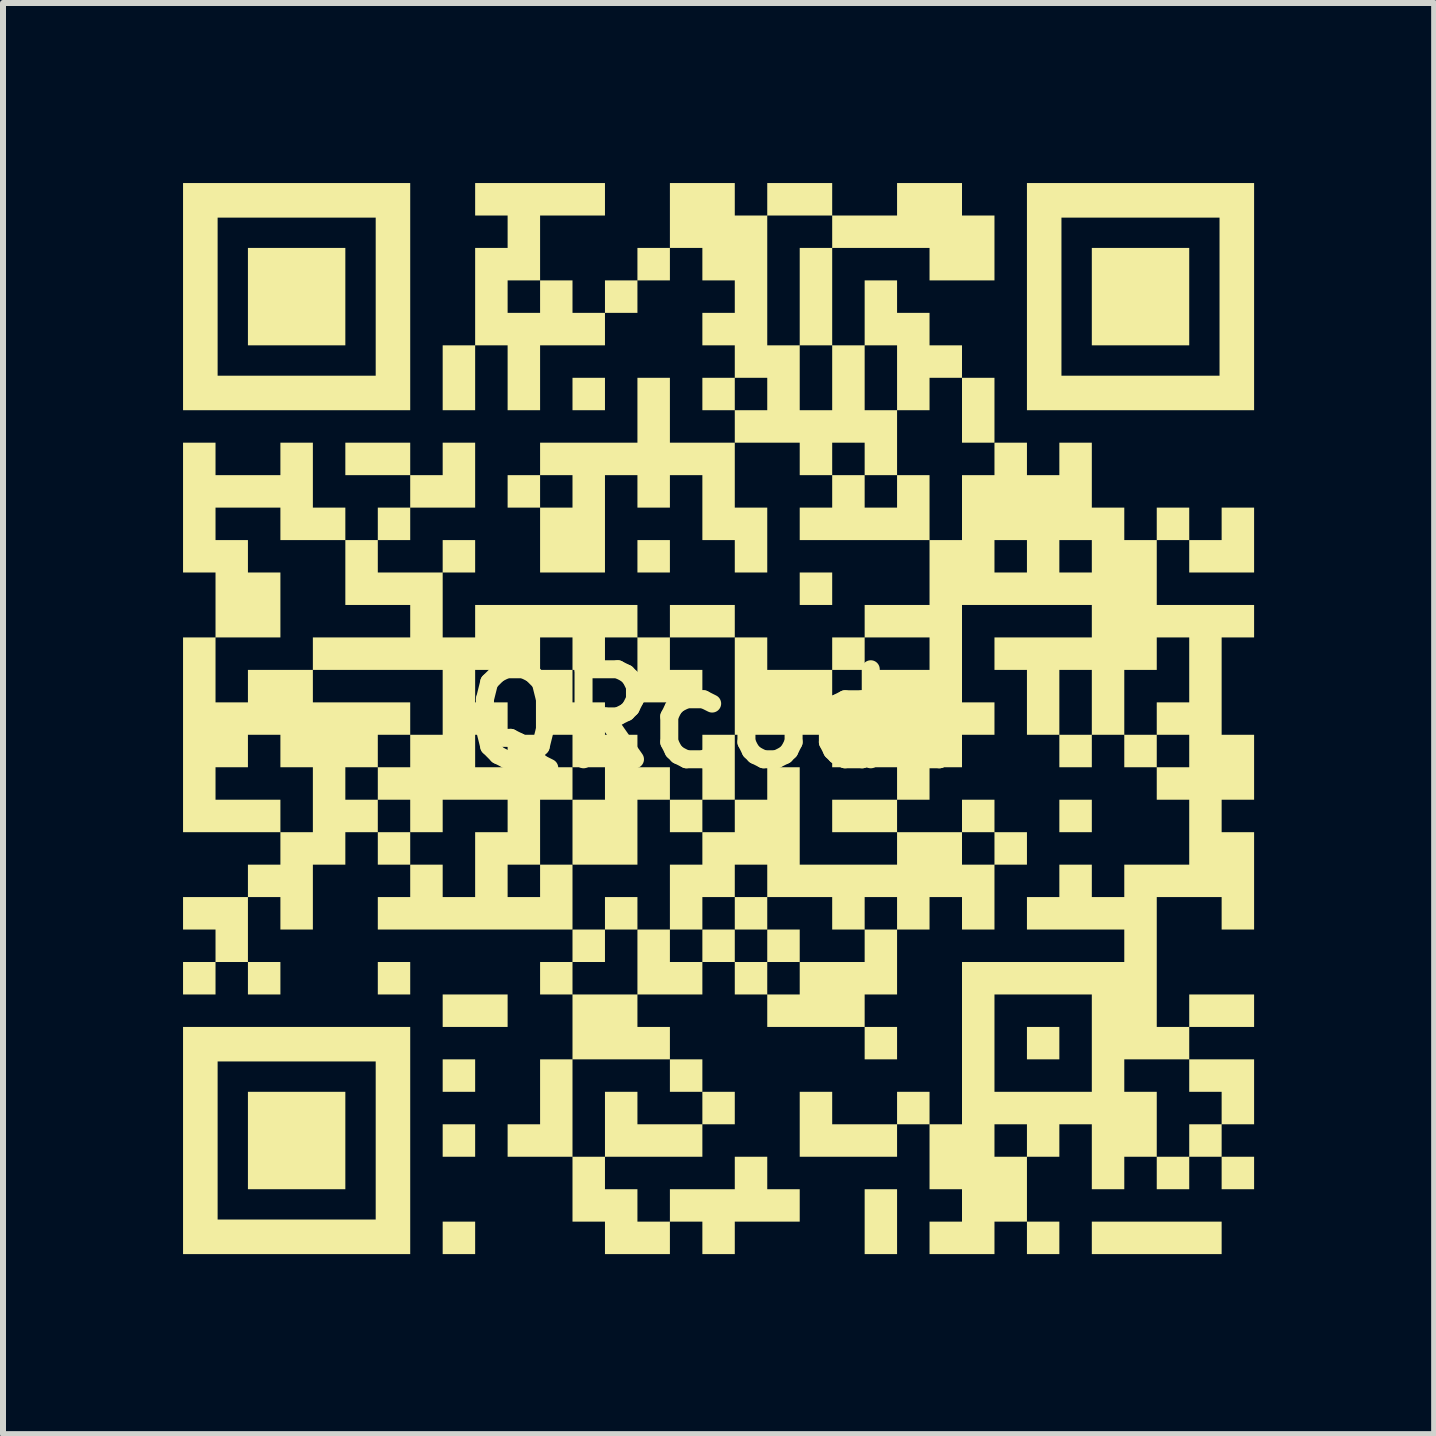
<source format=kicad_pcb>
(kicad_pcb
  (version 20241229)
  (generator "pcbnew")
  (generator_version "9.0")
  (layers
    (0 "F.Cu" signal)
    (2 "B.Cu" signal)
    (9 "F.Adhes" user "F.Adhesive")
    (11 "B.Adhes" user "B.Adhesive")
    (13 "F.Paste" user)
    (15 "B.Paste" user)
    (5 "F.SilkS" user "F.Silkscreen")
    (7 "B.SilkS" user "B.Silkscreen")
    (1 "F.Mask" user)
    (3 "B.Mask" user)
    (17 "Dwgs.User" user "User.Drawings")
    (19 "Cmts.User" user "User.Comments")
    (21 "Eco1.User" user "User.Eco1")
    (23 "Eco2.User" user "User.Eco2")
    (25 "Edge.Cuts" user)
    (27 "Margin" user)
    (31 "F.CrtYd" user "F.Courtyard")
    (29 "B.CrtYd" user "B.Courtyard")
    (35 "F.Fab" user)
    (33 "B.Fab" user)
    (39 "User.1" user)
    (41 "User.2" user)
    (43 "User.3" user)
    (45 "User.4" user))
  (footprint "QRcode"
    (layer "F.Cu")
    (at 8.923 8.923)
    (property "Reference" "QRcode" (at 0 0 0) (layer "F.SilkS") (effects (font (size 1.5 1.5) (thickness 0.3))))
    (attr board_only exclude_from_pos_files exclude_from_bom)
    (fp_poly (pts (xy -7.301 4.326) (xy -7.301 4.597) (xy -7.571 4.597) (xy -7.842 4.597) (xy -7.842 4.326) (xy -7.842 4.056) (xy -7.571 4.056) (xy -7.301 4.056)) (stroke (width 0) (type solid)) (fill yes) (layer "F.SilkS"))
    (fp_poly (pts (xy -6.219 -7.03) (xy -6.219 -6.219) (xy -7.03 -6.219) (xy -7.842 -6.219) (xy -7.842 -7.03) (xy -7.842 -7.842) (xy -7.03 -7.842) (xy -6.219 -7.842)) (stroke (width 0) (type solid)) (fill yes) (layer "F.SilkS"))
    (fp_poly (pts (xy -6.219 7.03) (xy -6.219 7.842) (xy -7.03 7.842) (xy -7.842 7.842) (xy -7.842 7.03) (xy -7.842 6.219) (xy -7.03 6.219) (xy -6.219 6.219)) (stroke (width 0) (type solid)) (fill yes) (layer "F.SilkS"))
    (fp_poly (pts (xy -5.138 2.163) (xy -5.138 2.434) (xy -5.408 2.434) (xy -5.678 2.434) (xy -5.678 2.163) (xy -5.678 1.893) (xy -5.408 1.893) (xy -5.138 1.893)) (stroke (width 0) (type solid)) (fill yes) (layer "F.SilkS"))
    (fp_poly (pts (xy -5.138 4.326) (xy -5.138 4.597) (xy -5.408 4.597) (xy -5.678 4.597) (xy -5.678 4.326) (xy -5.678 4.056) (xy -5.408 4.056) (xy -5.138 4.056)) (stroke (width 0) (type solid)) (fill yes) (layer "F.SilkS"))
    (fp_poly (pts (xy -4.056 5.949) (xy -4.056 6.219) (xy -4.326 6.219) (xy -4.597 6.219) (xy -4.597 5.949) (xy -4.597 5.678) (xy -4.326 5.678) (xy -4.056 5.678)) (stroke (width 0) (type solid)) (fill yes) (layer "F.SilkS"))
    (fp_poly (pts (xy -4.056 7.03) (xy -4.056 7.301) (xy -4.326 7.301) (xy -4.597 7.301) (xy -4.597 7.03) (xy -4.597 6.76) (xy -4.326 6.76) (xy -4.056 6.76)) (stroke (width 0) (type solid)) (fill yes) (layer "F.SilkS"))
    (fp_poly (pts (xy -4.056 8.653) (xy -4.056 8.923) (xy -4.326 8.923) (xy -4.597 8.923) (xy -4.597 8.653) (xy -4.597 8.382) (xy -4.326 8.382) (xy -4.056 8.382)) (stroke (width 0) (type solid)) (fill yes) (layer "F.SilkS"))
    (fp_poly (pts (xy -3.515 4.867) (xy -3.515 5.138) (xy -4.056 5.138) (xy -4.597 5.138) (xy -4.597 4.867) (xy -4.597 4.597) (xy -4.056 4.597) (xy -3.515 4.597)) (stroke (width 0) (type solid)) (fill yes) (layer "F.SilkS"))
    (fp_poly (pts (xy -1.893 -5.408) (xy -1.893 -5.138) (xy -2.163 -5.138) (xy -2.434 -5.138) (xy -2.434 -5.408) (xy -2.434 -5.678) (xy -2.163 -5.678) (xy -1.893 -5.678)) (stroke (width 0) (type solid)) (fill yes) (layer "F.SilkS"))
    (fp_poly (pts (xy -1.352 3.245) (xy -1.352 3.515) (xy -1.622 3.515) (xy -1.893 3.515) (xy -1.893 3.245) (xy -1.893 2.974) (xy -1.622 2.974) (xy -1.352 2.974)) (stroke (width 0) (type solid)) (fill yes) (layer "F.SilkS"))
    (fp_poly (pts (xy -0.811 -2.704) (xy -0.811 -2.434) (xy -1.082 -2.434) (xy -1.352 -2.434) (xy -1.352 -2.704) (xy -1.352 -2.974) (xy -1.082 -2.974) (xy -0.811 -2.974)) (stroke (width 0) (type solid)) (fill yes) (layer "F.SilkS"))
    (fp_poly (pts (xy -0.27 5.949) (xy -0.27 6.219) (xy -0.541 6.219) (xy -0.811 6.219) (xy -0.811 5.949) (xy -0.811 5.678) (xy -0.541 5.678) (xy -0.27 5.678)) (stroke (width 0) (type solid)) (fill yes) (layer "F.SilkS"))
    (fp_poly (pts (xy 0.811 3.245) (xy 0.811 3.515) (xy 0.541 3.515) (xy 0.27 3.515) (xy 0.27 3.245) (xy 0.27 2.974) (xy 0.541 2.974) (xy 0.811 2.974)) (stroke (width 0) (type solid)) (fill yes) (layer "F.SilkS"))
    (fp_poly (pts (xy 1.352 3.786) (xy 1.352 4.056) (xy 1.082 4.056) (xy 0.811 4.056) (xy 0.811 3.786) (xy 0.811 3.515) (xy 1.082 3.515) (xy 1.352 3.515)) (stroke (width 0) (type solid)) (fill yes) (layer "F.SilkS"))
    (fp_poly (pts (xy 1.893 -2.163) (xy 1.893 -1.893) (xy 1.622 -1.893) (xy 1.352 -1.893) (xy 1.352 -2.163) (xy 1.352 -2.434) (xy 1.622 -2.434) (xy 1.893 -2.434)) (stroke (width 0) (type solid)) (fill yes) (layer "F.SilkS"))
    (fp_poly (pts (xy 2.974 5.408) (xy 2.974 5.678) (xy 2.704 5.678) (xy 2.434 5.678) (xy 2.434 5.408) (xy 2.434 5.138) (xy 2.704 5.138) (xy 2.974 5.138)) (stroke (width 0) (type solid)) (fill yes) (layer "F.SilkS"))
    (fp_poly (pts (xy 2.974 8.382) (xy 2.974 8.923) (xy 2.704 8.923) (xy 2.434 8.923) (xy 2.434 8.382) (xy 2.434 7.842) (xy 2.704 7.842) (xy 2.974 7.842)) (stroke (width 0) (type solid)) (fill yes) (layer "F.SilkS"))
    (fp_poly (pts (xy 4.597 -5.138) (xy 4.597 -4.597) (xy 4.326 -4.597) (xy 4.056 -4.597) (xy 4.056 -5.138) (xy 4.056 -5.678) (xy 4.326 -5.678) (xy 4.597 -5.678)) (stroke (width 0) (type solid)) (fill yes) (layer "F.SilkS"))
    (fp_poly (pts (xy 5.678 5.408) (xy 5.678 5.678) (xy 5.408 5.678) (xy 5.138 5.678) (xy 5.138 5.408) (xy 5.138 5.138) (xy 5.408 5.138) (xy 5.678 5.138)) (stroke (width 0) (type solid)) (fill yes) (layer "F.SilkS"))
    (fp_poly (pts (xy 5.678 8.653) (xy 5.678 8.923) (xy 5.408 8.923) (xy 5.138 8.923) (xy 5.138 8.653) (xy 5.138 8.382) (xy 5.408 8.382) (xy 5.678 8.382)) (stroke (width 0) (type solid)) (fill yes) (layer "F.SilkS"))
    (fp_poly (pts (xy 6.219 1.622) (xy 6.219 1.893) (xy 5.949 1.893) (xy 5.678 1.893) (xy 5.678 1.622) (xy 5.678 1.352) (xy 5.949 1.352) (xy 6.219 1.352)) (stroke (width 0) (type solid)) (fill yes) (layer "F.SilkS"))
    (fp_poly (pts (xy 7.842 -7.03) (xy 7.842 -6.219) (xy 7.03 -6.219) (xy 6.219 -6.219) (xy 6.219 -7.03) (xy 6.219 -7.842) (xy 7.03 -7.842) (xy 7.842 -7.842)) (stroke (width 0) (type solid)) (fill yes) (layer "F.SilkS"))
    (fp_poly (pts (xy 8.382 8.653) (xy 8.382 8.923) (xy 7.301 8.923) (xy 6.219 8.923) (xy 6.219 8.653) (xy 6.219 8.382) (xy 7.301 8.382) (xy 8.382 8.382)) (stroke (width 0) (type solid)) (fill yes) (layer "F.SilkS"))
    (fp_poly (pts (xy 8.923 7.571) (xy 8.923 7.842) (xy 8.653 7.842) (xy 8.382 7.842) (xy 8.382 7.571) (xy 8.382 7.301) (xy 8.653 7.301) (xy 8.923 7.301)) (stroke (width 0) (type solid)) (fill yes) (layer "F.SilkS"))
    (fp_poly (pts (xy -5.138 -7.03) (xy -5.138 -5.138) (xy -7.03 -5.138) (xy -8.923 -5.138) (xy -8.923 -7.03) (xy -8.347 -7.03) (xy -8.347 -5.713) (xy -7.03 -5.713) (xy -5.713 -5.713) (xy -5.713 -7.03) (xy -5.713 -8.347) (xy -7.03 -8.347) (xy -8.347 -8.347) (xy -8.347 -7.03) (xy -8.923 -7.03) (xy -8.923 -8.923) (xy -7.03 -8.923) (xy -5.138 -8.923)) (stroke (width 0) (type solid)) (fill yes) (layer "F.SilkS"))
    (fp_poly (pts (xy -5.138 7.03) (xy -5.138 8.923) (xy -7.03 8.923) (xy -8.923 8.923) (xy -8.923 7.03) (xy -8.347 7.03) (xy -8.347 8.347) (xy -7.03 8.347) (xy -5.713 8.347) (xy -5.713 7.03) (xy -5.713 5.713) (xy -7.03 5.713) (xy -8.347 5.713) (xy -8.347 7.03) (xy -8.923 7.03) (xy -8.923 5.138) (xy -7.03 5.138) (xy -5.138 5.138)) (stroke (width 0) (type solid)) (fill yes) (layer "F.SilkS"))
    (fp_poly (pts (xy 8.923 -7.03) (xy 8.923 -5.138) (xy 7.03 -5.138) (xy 5.138 -5.138) (xy 5.138 -7.03) (xy 5.713 -7.03) (xy 5.713 -5.713) (xy 7.03 -5.713) (xy 8.347 -5.713) (xy 8.347 -7.03) (xy 8.347 -8.347) (xy 7.03 -8.347) (xy 5.713 -8.347) (xy 5.713 -7.03) (xy 5.138 -7.03) (xy 5.138 -8.923) (xy 7.03 -8.923) (xy 8.923 -8.923)) (stroke (width 0) (type solid)) (fill yes) (layer "F.SilkS"))
    (fp_poly (pts (xy -2.434 -0.541) (xy -2.434 -0.27) (xy -2.163 -0.27) (xy -1.893 -0.27) (xy -1.893 0) (xy -1.893 0.27) (xy -1.622 0.27) (xy -1.352 0.27) (xy -1.352 0.541) (xy -1.352 0.811) (xy -1.082 0.811) (xy -0.811 0.811) (xy -0.811 1.082) (xy -0.811 1.352) (xy -0.541 1.352) (xy -0.27 1.352) (xy -0.27 0.811) (xy -0.27 0.27) (xy 0 0.27) (xy 0.27 0.27) (xy 0.27 0.811) (xy 0.27 1.352) (xy 0 1.352) (xy -0.27 1.352) (xy -0.27 1.622) (xy -0.27 1.893) (xy -0.541 1.893) (xy -0.811 1.893) (xy -0.811 1.622) (xy -0.811 1.352) (xy -1.082 1.352) (xy -1.352 1.352) (xy -1.352 1.893) (xy -1.352 2.434) (xy -1.893 2.434) (xy -2.434 2.434) (xy -2.434 1.893) (xy -2.434 1.352) (xy -2.163 1.352) (xy -1.893 1.352) (xy -1.893 1.082) (xy -1.893 0.811) (xy -2.163 0.811) (xy -2.434 0.811) (xy -2.434 0.541) (xy -2.434 0.27) (xy -2.704 0.27) (xy -2.974 0.27) (xy -2.974 -0.27) (xy -2.974 -0.811) (xy -2.704 -0.811) (xy -2.434 -0.811)) (stroke (width 0) (type solid)) (fill yes) (layer "F.SilkS"))
    (fp_poly (pts (xy -1.893 3.786) (xy -1.893 4.056) (xy -2.163 4.056) (xy -2.434 4.056) (xy -2.434 4.326) (xy -2.434 4.597) (xy -1.893 4.597) (xy -1.352 4.597) (xy -1.352 4.056) (xy -1.352 3.515) (xy -1.082 3.515) (xy -0.811 3.515) (xy -0.811 3.786) (xy -0.811 4.056) (xy -0.541 4.056) (xy -0.27 4.056) (xy -0.27 3.786) (xy -0.27 3.515) (xy 0 3.515) (xy 0.27 3.515) (xy 0.27 3.786) (xy 0.27 4.056) (xy 0 4.056) (xy -0.27 4.056) (xy -0.27 4.326) (xy -0.27 4.597) (xy -0.811 4.597) (xy -1.352 4.597) (xy -1.352 4.867) (xy -1.352 5.138) (xy -1.082 5.138) (xy -0.811 5.138) (xy -0.811 5.408) (xy -0.811 5.678) (xy -1.622 5.678) (xy -2.434 5.678) (xy -2.434 6.49) (xy -2.434 7.301) (xy -2.163 7.301) (xy -1.893 7.301) (xy -1.893 6.76) (xy -1.893 6.219) (xy -1.622 6.219) (xy -1.352 6.219) (xy -1.352 6.49) (xy -1.352 6.76) (xy -0.811 6.76) (xy -0.27 6.76) (xy -0.27 6.49) (xy -0.27 6.219) (xy 0 6.219) (xy 0.27 6.219) (xy 0.27 6.49) (xy 0.27 6.76) (xy 0 6.76) (xy -0.27 6.76) (xy -0.27 7.03) (xy -0.27 7.301) (xy -1.082 7.301) (xy -1.893 7.301) (xy -1.893 7.571) (xy -1.893 7.842) (xy -1.622 7.842) (xy -1.352 7.842) (xy -1.352 8.112) (xy -1.352 8.382) (xy -1.082 8.382) (xy -0.811 8.382) (xy -0.811 8.112) (xy -0.811 7.842) (xy -0.27 7.842) (xy 0.27 7.842) (xy 0.27 7.571) (xy 0.27 7.301) (xy 0.541 7.301) (xy 0.811 7.301) (xy 0.811 7.571) (xy 0.811 7.842) (xy 1.082 7.842) (xy 1.352 7.842) (xy 1.352 8.112) (xy 1.352 8.382) (xy 0.811 8.382) (xy 0.27 8.382) (xy 0.27 8.653) (xy 0.27 8.923) (xy 0 8.923) (xy -0.27 8.923) (xy -0.27 8.653) (xy -0.27 8.382) (xy -0.541 8.382) (xy -0.811 8.382) (xy -0.811 8.653) (xy -0.811 8.923) (xy -1.352 8.923) (xy -1.893 8.923) (xy -1.893 8.653) (xy -1.893 8.382) (xy -2.163 8.382) (xy -2.434 8.382) (xy -2.434 7.842) (xy -2.434 7.301) (xy -2.974 7.301) (xy -3.515 7.301) (xy -3.515 7.03) (xy -3.515 6.76) (xy -3.245 6.76) (xy -2.974 6.76) (xy -2.974 6.219) (xy -2.974 5.678) (xy -2.704 5.678) (xy -2.434 5.678) (xy -2.434 5.138) (xy -2.434 4.597) (xy -2.704 4.597) (xy -2.974 4.597) (xy -2.974 4.326) (xy -2.974 4.056) (xy -2.704 4.056) (xy -2.434 4.056) (xy -2.434 3.786) (xy -2.434 3.515) (xy -2.163 3.515) (xy -1.893 3.515)) (stroke (width 0) (type solid)) (fill yes) (layer "F.SilkS"))
    (fp_poly (pts (xy -1.893 -8.653) (xy -1.893 -8.382) (xy -2.434 -8.382) (xy -2.974 -8.382) (xy -2.974 -7.842) (xy -2.974 -7.301) (xy -3.245 -7.301) (xy -3.515 -7.301) (xy -3.515 -7.03) (xy -3.515 -6.76) (xy -3.245 -6.76) (xy -2.974 -6.76) (xy -2.974 -7.03) (xy -2.974 -7.301) (xy -2.704 -7.301) (xy -2.434 -7.301) (xy -2.434 -7.03) (xy -2.434 -6.76) (xy -2.163 -6.76) (xy -1.893 -6.76) (xy -1.893 -7.03) (xy -1.893 -7.301) (xy -1.622 -7.301) (xy -1.352 -7.301) (xy -1.352 -7.571) (xy -1.352 -7.842) (xy -1.082 -7.842) (xy -0.811 -7.842) (xy -0.811 -8.382) (xy -0.811 -8.923) (xy -0.27 -8.923) (xy 0.27 -8.923) (xy 0.27 -8.653) (xy 0.27 -8.382) (xy 0.541 -8.382) (xy 0.811 -8.382) (xy 0.811 -8.653) (xy 0.811 -8.923) (xy 1.352 -8.923) (xy 1.893 -8.923) (xy 1.893 -8.653) (xy 1.893 -8.382) (xy 2.434 -8.382) (xy 2.974 -8.382) (xy 2.974 -8.653) (xy 2.974 -8.923) (xy 3.515 -8.923) (xy 4.056 -8.923) (xy 4.056 -8.653) (xy 4.056 -8.382) (xy 4.326 -8.382) (xy 4.597 -8.382) (xy 4.597 -7.842) (xy 4.597 -7.301) (xy 4.056 -7.301) (xy 3.515 -7.301) (xy 3.515 -7.571) (xy 3.515 -7.842) (xy 2.704 -7.842) (xy 1.893 -7.842) (xy 1.893 -7.03) (xy 1.893 -6.219) (xy 2.163 -6.219) (xy 2.434 -6.219) (xy 2.434 -6.76) (xy 2.434 -7.301) (xy 2.704 -7.301) (xy 2.974 -7.301) (xy 2.974 -7.03) (xy 2.974 -6.76) (xy 3.245 -6.76) (xy 3.515 -6.76) (xy 3.515 -6.49) (xy 3.515 -6.219) (xy 3.786 -6.219) (xy 4.056 -6.219) (xy 4.056 -5.949) (xy 4.056 -5.678) (xy 3.786 -5.678) (xy 3.515 -5.678) (xy 3.515 -5.408) (xy 3.515 -5.138) (xy 3.245 -5.138) (xy 2.974 -5.138) (xy 2.974 -5.678) (xy 2.974 -6.219) (xy 2.704 -6.219) (xy 2.434 -6.219) (xy 2.434 -5.678) (xy 2.434 -5.138) (xy 2.704 -5.138) (xy 2.974 -5.138) (xy 2.974 -4.597) (xy 2.974 -4.056) (xy 2.704 -4.056) (xy 2.434 -4.056) (xy 2.434 -4.326) (xy 2.434 -4.597) (xy 2.163 -4.597) (xy 1.893 -4.597) (xy 1.893 -4.326) (xy 1.893 -4.056) (xy 1.622 -4.056) (xy 1.352 -4.056) (xy 1.352 -4.326) (xy 1.352 -4.597) (xy 0.811 -4.597) (xy 0.27 -4.597) (xy 0.27 -4.056) (xy 0.27 -3.515) (xy 0.541 -3.515) (xy 0.811 -3.515) (xy 0.811 -2.974) (xy 0.811 -2.434) (xy 0.541 -2.434) (xy 0.27 -2.434) (xy 0.27 -2.704) (xy 0.27 -2.974) (xy 0 -2.974) (xy -0.27 -2.974) (xy -0.27 -3.515) (xy -0.27 -4.056) (xy -0.541 -4.056) (xy -0.811 -4.056) (xy -0.811 -3.786) (xy -0.811 -3.515) (xy -1.082 -3.515) (xy -1.352 -3.515) (xy -1.352 -3.786) (xy -1.352 -4.056) (xy -1.622 -4.056) (xy -1.893 -4.056) (xy -1.893 -3.245) (xy -1.893 -2.434) (xy -2.434 -2.434) (xy -2.974 -2.434) (xy -2.974 -2.974) (xy -2.974 -3.515) (xy -3.245 -3.515) (xy -3.515 -3.515) (xy -3.515 -3.786) (xy -2.974 -3.786) (xy -2.974 -3.515) (xy -2.704 -3.515) (xy -2.434 -3.515) (xy -2.434 -3.786) (xy -2.434 -4.056) (xy -2.704 -4.056) (xy -2.974 -4.056) (xy -2.974 -3.786) (xy -3.515 -3.786) (xy -3.515 -4.056) (xy -3.245 -4.056) (xy -2.974 -4.056) (xy -2.974 -4.326) (xy -2.974 -4.597) (xy -2.163 -4.597) (xy -1.352 -4.597) (xy -1.352 -5.138) (xy -1.352 -5.678) (xy -1.082 -5.678) (xy -0.811 -5.678) (xy -0.811 -5.138) (xy -0.811 -4.597) (xy -0.27 -4.597) (xy 0.27 -4.597) (xy 0.27 -4.867) (xy 0.27 -5.138) (xy 0 -5.138) (xy -0.27 -5.138) (xy -0.27 -5.408) (xy 0.27 -5.408) (xy 0.27 -5.138) (xy 0.541 -5.138) (xy 0.811 -5.138) (xy 0.811 -5.408) (xy 0.811 -5.678) (xy 1.352 -5.678) (xy 1.352 -5.138) (xy 1.622 -5.138) (xy 1.893 -5.138) (xy 1.893 -5.678) (xy 1.893 -6.219) (xy 1.622 -6.219) (xy 1.352 -6.219) (xy 1.352 -5.678) (xy 0.811 -5.678) (xy 0.541 -5.678) (xy 0.27 -5.678) (xy 0.27 -5.408) (xy -0.27 -5.408) (xy -0.27 -5.678) (xy 0 -5.678) (xy 0.27 -5.678) (xy 0.27 -5.949) (xy 0.27 -6.219) (xy 0 -6.219) (xy -0.27 -6.219) (xy -0.27 -6.49) (xy -0.27 -6.76) (xy 0 -6.76) (xy 0.27 -6.76) (xy 0.27 -7.03) (xy 0.27 -7.301) (xy 0.811 -7.301) (xy 0.811 -6.219) (xy 1.082 -6.219) (xy 1.352 -6.219) (xy 1.352 -7.03) (xy 1.352 -7.842) (xy 1.622 -7.842) (xy 1.893 -7.842) (xy 1.893 -8.112) (xy 1.893 -8.382) (xy 1.352 -8.382) (xy 0.811 -8.382) (xy 0.811 -7.301) (xy 0.27 -7.301) (xy 0 -7.301) (xy -0.27 -7.301) (xy -0.27 -7.571) (xy -0.27 -7.842) (xy -0.541 -7.842) (xy -0.811 -7.842) (xy -0.811 -7.571) (xy -0.811 -7.301) (xy -1.082 -7.301) (xy -1.352 -7.301) (xy -1.352 -7.03) (xy -1.352 -6.76) (xy -1.622 -6.76) (xy -1.893 -6.76) (xy -1.893 -6.49) (xy -1.893 -6.219) (xy -2.434 -6.219) (xy -2.974 -6.219) (xy -2.974 -5.678) (xy -2.974 -5.138) (xy -3.245 -5.138) (xy -3.515 -5.138) (xy -3.515 -5.678) (xy -3.515 -6.219) (xy -3.786 -6.219) (xy -4.056 -6.219) (xy -4.056 -5.678) (xy -4.056 -5.138) (xy -4.326 -5.138) (xy -4.597 -5.138) (xy -4.597 -5.678) (xy -4.597 -6.219) (xy -4.326 -6.219) (xy -4.056 -6.219) (xy -4.056 -7.03) (xy -4.056 -7.842) (xy -3.786 -7.842) (xy -3.515 -7.842) (xy -3.515 -8.112) (xy -3.515 -8.382) (xy -3.786 -8.382) (xy -4.056 -8.382) (xy -4.056 -8.653) (xy -4.056 -8.923) (xy -2.974 -8.923) (xy -1.893 -8.923)) (stroke (width 0) (type solid)) (fill yes) (layer "F.SilkS"))
    (fp_poly (pts (xy -8.382 -4.326) (xy -8.382 -4.056) (xy -7.842 -4.056) (xy -7.301 -4.056) (xy -7.301 -4.326) (xy -7.301 -4.597) (xy -7.03 -4.597) (xy -6.76 -4.597) (xy -6.76 -4.056) (xy -6.76 -3.515) (xy -6.49 -3.515) (xy -6.219 -3.515) (xy -6.219 -3.245) (xy -6.219 -2.974) (xy -5.949 -2.974) (xy -5.678 -2.974) (xy -5.678 -3.245) (xy -5.678 -3.515) (xy -5.408 -3.515) (xy -5.138 -3.515) (xy -5.138 -3.786) (xy -5.138 -4.056) (xy -5.678 -4.056) (xy -6.219 -4.056) (xy -6.219 -4.326) (xy -6.219 -4.597) (xy -5.678 -4.597) (xy -5.138 -4.597) (xy -5.138 -4.326) (xy -5.138 -4.056) (xy -4.867 -4.056) (xy -4.597 -4.056) (xy -4.597 -4.326) (xy -4.597 -4.597) (xy -4.326 -4.597) (xy -4.056 -4.597) (xy -4.056 -4.056) (xy -4.056 -3.515) (xy -4.597 -3.515) (xy -5.138 -3.515) (xy -5.138 -3.245) (xy -5.138 -2.974) (xy -5.408 -2.974) (xy -5.678 -2.974) (xy -5.678 -2.704) (xy -5.678 -2.434) (xy -5.138 -2.434) (xy -4.597 -2.434) (xy -4.597 -2.704) (xy -4.597 -2.974) (xy -4.326 -2.974) (xy -4.056 -2.974) (xy -4.056 -2.704) (xy -4.056 -2.434) (xy -4.326 -2.434) (xy -4.597 -2.434) (xy -4.597 -1.893) (xy -4.597 -1.352) (xy -4.326 -1.352) (xy -4.056 -1.352) (xy -4.056 -1.622) (xy -4.056 -1.893) (xy -2.704 -1.893) (xy -1.352 -1.893) (xy -1.352 -1.622) (xy -1.352 -1.352) (xy -1.082 -1.352) (xy -0.811 -1.352) (xy -0.811 -1.622) (xy -0.811 -1.893) (xy -0.27 -1.893) (xy 0.27 -1.893) (xy 0.27 -1.622) (xy 0.27 -1.352) (xy -0.27 -1.352) (xy -0.811 -1.352) (xy -0.811 -1.082) (xy -0.811 -0.811) (xy -0.541 -0.811) (xy -0.27 -0.811) (xy -0.27 -0.541) (xy -0.27 -0.27) (xy -0.811 -0.27) (xy -1.352 -0.27) (xy -1.352 -0.811) (xy -1.352 -1.352) (xy -1.622 -1.352) (xy -1.893 -1.352) (xy -1.893 -1.082) (xy -1.893 -0.811) (xy -2.163 -0.811) (xy -2.434 -0.811) (xy -2.434 -1.082) (xy -2.434 -1.352) (xy -2.704 -1.352) (xy -2.974 -1.352) (xy -2.974 -1.082) (xy -2.974 -0.811) (xy -3.515 -0.811) (xy -4.056 -0.811) (xy -4.056 -0.541) (xy -4.056 -0.27) (xy -3.786 -0.27) (xy -3.515 -0.27) (xy -3.515 0) (xy -3.515 0.27) (xy -3.786 0.27) (xy -4.056 0.27) (xy -4.056 0.541) (xy -4.056 0.811) (xy -3.786 0.811) (xy -3.515 0.811) (xy -3.515 0.541) (xy -3.515 0.27) (xy -3.245 0.27) (xy -2.974 0.27) (xy -2.974 0.541) (xy -2.974 0.811) (xy -2.704 0.811) (xy -2.434 0.811) (xy -2.434 1.082) (xy -2.434 1.352) (xy -2.704 1.352) (xy -2.974 1.352) (xy -2.974 1.893) (xy -2.974 2.434) (xy -3.245 2.434) (xy -3.515 2.434) (xy -3.515 2.704) (xy -3.515 2.974) (xy -3.245 2.974) (xy -2.974 2.974) (xy -2.974 2.704) (xy -2.974 2.434) (xy -2.704 2.434) (xy -2.434 2.434) (xy -2.434 2.974) (xy -2.434 3.515) (xy -4.056 3.515) (xy -5.678 3.515) (xy -5.678 3.245) (xy -5.678 2.974) (xy -5.408 2.974) (xy -5.138 2.974) (xy -5.138 2.704) (xy -5.138 2.434) (xy -4.867 2.434) (xy -4.597 2.434) (xy -4.597 2.704) (xy -4.597 2.974) (xy -4.326 2.974) (xy -4.056 2.974) (xy -4.056 2.434) (xy -4.056 1.893) (xy -3.786 1.893) (xy -3.515 1.893) (xy -3.515 1.622) (xy -3.515 1.352) (xy -4.056 1.352) (xy -4.597 1.352) (xy -4.597 1.622) (xy -4.597 1.893) (xy -4.867 1.893) (xy -5.138 1.893) (xy -5.138 1.622) (xy -5.138 1.352) (xy -5.408 1.352) (xy -5.678 1.352) (xy -5.678 1.622) (xy -5.678 1.893) (xy -5.949 1.893) (xy -6.219 1.893) (xy -6.219 2.163) (xy -6.219 2.434) (xy -6.49 2.434) (xy -6.76 2.434) (xy -6.76 2.974) (xy -6.76 3.515) (xy -7.03 3.515) (xy -7.301 3.515) (xy -7.301 3.245) (xy -7.301 2.974) (xy -7.571 2.974) (xy -7.842 2.974) (xy -7.842 3.515) (xy -7.842 4.056) (xy -8.112 4.056) (xy -8.382 4.056) (xy -8.382 4.326) (xy -8.382 4.597) (xy -8.653 4.597) (xy -8.923 4.597) (xy -8.923 4.326) (xy -8.923 4.056) (xy -8.653 4.056) (xy -8.382 4.056) (xy -8.382 3.786) (xy -8.382 3.515) (xy -8.653 3.515) (xy -8.923 3.515) (xy -8.923 3.245) (xy -8.923 2.974) (xy -8.382 2.974) (xy -7.842 2.974) (xy -7.842 2.704) (xy -7.842 2.434) (xy -7.571 2.434) (xy -7.301 2.434) (xy -7.301 2.163) (xy -7.301 1.893) (xy -8.112 1.893) (xy -8.923 1.893) (xy -8.923 0.811) (xy -8.382 0.811) (xy -8.382 1.082) (xy -8.382 1.352) (xy -7.842 1.352) (xy -7.301 1.352) (xy -7.301 1.622) (xy -7.301 1.893) (xy -7.03 1.893) (xy -6.76 1.893) (xy -6.76 1.352) (xy -6.76 0.811) (xy -7.03 0.811) (xy -7.301 0.811) (xy -7.301 0.541) (xy -7.301 0.27) (xy -7.571 0.27) (xy -7.842 0.27) (xy -7.842 0.541) (xy -7.842 0.811) (xy -8.112 0.811) (xy -8.382 0.811) (xy -8.923 0.811) (xy -8.923 0.27) (xy -8.923 -1.352) (xy -8.653 -1.352) (xy -8.382 -1.352) (xy -8.382 -1.893) (xy -8.382 -2.434) (xy -8.653 -2.434) (xy -8.923 -2.434) (xy -8.923 -3.245) (xy -8.382 -3.245) (xy -8.382 -2.974) (xy -8.112 -2.974) (xy -7.842 -2.974) (xy -7.842 -2.704) (xy -7.842 -2.434) (xy -7.571 -2.434) (xy -7.301 -2.434) (xy -7.301 -1.893) (xy -7.301 -1.352) (xy -7.842 -1.352) (xy -8.382 -1.352) (xy -8.382 -0.811) (xy -8.382 -0.27) (xy -8.112 -0.27) (xy -7.842 -0.27) (xy -7.842 -0.541) (xy -6.76 -0.541) (xy -6.76 -0.27) (xy -5.949 -0.27) (xy -5.138 -0.27) (xy -5.138 0) (xy -5.138 0.27) (xy -5.408 0.27) (xy -5.678 0.27) (xy -5.678 0.541) (xy -5.678 0.811) (xy -5.949 0.811) (xy -6.219 0.811) (xy -6.219 1.082) (xy -6.219 1.352) (xy -5.949 1.352) (xy -5.678 1.352) (xy -5.678 1.082) (xy -5.678 0.811) (xy -5.408 0.811) (xy -5.138 0.811) (xy -5.138 0.541) (xy -5.138 0.27) (xy -4.867 0.27) (xy -4.597 0.27) (xy -4.597 -0.27) (xy -4.597 -0.811) (xy -5.678 -0.811) (xy -6.76 -0.811) (xy -6.76 -0.541) (xy -7.842 -0.541) (xy -7.842 -0.811) (xy -7.301 -0.811) (xy -6.76 -0.811) (xy -6.76 -1.082) (xy -6.76 -1.352) (xy -5.949 -1.352) (xy -5.138 -1.352) (xy -5.138 -1.622) (xy -5.138 -1.893) (xy -5.678 -1.893) (xy -6.219 -1.893) (xy -6.219 -2.434) (xy -6.219 -2.974) (xy -6.76 -2.974) (xy -7.301 -2.974) (xy -7.301 -3.245) (xy -7.301 -3.515) (xy -7.842 -3.515) (xy -8.382 -3.515) (xy -8.382 -3.245) (xy -8.923 -3.245) (xy -8.923 -3.515) (xy -8.923 -4.597) (xy -8.653 -4.597) (xy -8.382 -4.597)) (stroke (width 0) (type solid)) (fill yes) (layer "F.SilkS"))
    (fp_poly (pts (xy 5.138 -4.326) (xy 5.138 -4.056) (xy 5.408 -4.056) (xy 5.678 -4.056) (xy 5.678 -4.326) (xy 5.678 -4.597) (xy 5.949 -4.597) (xy 6.219 -4.597) (xy 6.219 -4.056) (xy 6.219 -3.515) (xy 6.49 -3.515) (xy 6.76 -3.515) (xy 6.76 -3.245) (xy 6.76 -2.974) (xy 7.03 -2.974) (xy 7.301 -2.974) (xy 7.301 -3.245) (xy 7.301 -3.515) (xy 7.571 -3.515) (xy 7.842 -3.515) (xy 7.842 -3.245) (xy 7.842 -2.974) (xy 8.112 -2.974) (xy 8.382 -2.974) (xy 8.382 -3.245) (xy 8.382 -3.515) (xy 8.653 -3.515) (xy 8.923 -3.515) (xy 8.923 -2.974) (xy 8.923 -2.434) (xy 8.382 -2.434) (xy 7.842 -2.434) (xy 7.842 -2.704) (xy 7.842 -2.974) (xy 7.571 -2.974) (xy 7.301 -2.974) (xy 7.301 -2.434) (xy 7.301 -1.893) (xy 8.112 -1.893) (xy 8.923 -1.893) (xy 8.923 -1.622) (xy 8.923 -1.352) (xy 8.653 -1.352) (xy 8.382 -1.352) (xy 8.382 -0.541) (xy 8.382 0.27) (xy 8.653 0.27) (xy 8.923 0.27) (xy 8.923 0.811) (xy 8.923 1.352) (xy 8.653 1.352) (xy 8.382 1.352) (xy 8.382 1.622) (xy 8.382 1.893) (xy 8.653 1.893) (xy 8.923 1.893) (xy 8.923 2.704) (xy 8.923 3.515) (xy 8.653 3.515) (xy 8.382 3.515) (xy 8.382 3.245) (xy 8.382 2.974) (xy 7.842 2.974) (xy 7.301 2.974) (xy 7.301 4.056) (xy 7.301 5.138) (xy 7.571 5.138) (xy 7.842 5.138) (xy 7.842 4.867) (xy 7.842 4.597) (xy 8.382 4.597) (xy 8.923 4.597) (xy 8.923 4.867) (xy 8.923 5.138) (xy 8.382 5.138) (xy 7.842 5.138) (xy 7.842 5.408) (xy 7.842 5.678) (xy 7.301 5.678) (xy 6.76 5.678) (xy 6.76 5.949) (xy 6.76 6.219) (xy 7.03 6.219) (xy 7.301 6.219) (xy 7.301 6.76) (xy 7.301 7.301) (xy 7.571 7.301) (xy 7.842 7.301) (xy 7.842 7.03) (xy 7.842 6.76) (xy 8.112 6.76) (xy 8.382 6.76) (xy 8.382 6.49) (xy 8.382 6.219) (xy 8.112 6.219) (xy 7.842 6.219) (xy 7.842 5.949) (xy 7.842 5.678) (xy 8.382 5.678) (xy 8.923 5.678) (xy 8.923 6.219) (xy 8.923 6.76) (xy 8.653 6.76) (xy 8.382 6.76) (xy 8.382 7.03) (xy 8.382 7.301) (xy 8.112 7.301) (xy 7.842 7.301) (xy 7.842 7.571) (xy 7.842 7.842) (xy 7.571 7.842) (xy 7.301 7.842) (xy 7.301 7.571) (xy 7.301 7.301) (xy 7.03 7.301) (xy 6.76 7.301) (xy 6.76 7.571) (xy 6.76 7.842) (xy 6.49 7.842) (xy 6.219 7.842) (xy 6.219 7.301) (xy 6.219 6.76) (xy 5.949 6.76) (xy 5.678 6.76) (xy 5.678 7.03) (xy 5.678 7.301) (xy 5.408 7.301) (xy 5.138 7.301) (xy 5.138 7.842) (xy 5.138 8.382) (xy 4.867 8.382) (xy 4.597 8.382) (xy 4.597 8.653) (xy 4.597 8.923) (xy 4.056 8.923) (xy 3.515 8.923) (xy 3.515 8.653) (xy 3.515 8.382) (xy 3.786 8.382) (xy 4.056 8.382) (xy 4.056 8.112) (xy 4.056 7.842) (xy 3.786 7.842) (xy 3.515 7.842) (xy 3.515 7.301) (xy 3.515 7.03) (xy 4.597 7.03) (xy 4.597 7.301) (xy 4.867 7.301) (xy 5.138 7.301) (xy 5.138 7.03) (xy 5.138 6.76) (xy 4.867 6.76) (xy 4.597 6.76) (xy 4.597 7.03) (xy 3.515 7.03) (xy 3.515 6.76) (xy 3.245 6.76) (xy 2.974 6.76) (xy 2.974 7.03) (xy 2.974 7.301) (xy 2.163 7.301) (xy 1.352 7.301) (xy 1.352 6.76) (xy 1.352 6.219) (xy 1.622 6.219) (xy 1.893 6.219) (xy 1.893 6.49) (xy 1.893 6.76) (xy 2.434 6.76) (xy 2.974 6.76) (xy 2.974 6.49) (xy 2.974 6.219) (xy 3.245 6.219) (xy 3.515 6.219) (xy 3.515 6.49) (xy 3.515 6.76) (xy 3.786 6.76) (xy 4.056 6.76) (xy 4.056 5.408) (xy 4.597 5.408) (xy 4.597 6.219) (xy 5.408 6.219) (xy 6.219 6.219) (xy 6.219 5.408) (xy 6.219 4.597) (xy 5.408 4.597) (xy 4.597 4.597) (xy 4.597 5.408) (xy 4.056 5.408) (xy 4.056 4.056) (xy 5.408 4.056) (xy 6.76 4.056) (xy 6.76 3.786) (xy 6.76 3.515) (xy 5.949 3.515) (xy 5.138 3.515) (xy 5.138 3.245) (xy 5.138 2.974) (xy 5.408 2.974) (xy 5.678 2.974) (xy 5.678 2.704) (xy 5.678 2.434) (xy 5.949 2.434) (xy 6.219 2.434) (xy 6.219 2.704) (xy 6.219 2.974) (xy 6.49 2.974) (xy 6.76 2.974) (xy 6.76 2.704) (xy 6.76 2.434) (xy 7.301 2.434) (xy 7.842 2.434) (xy 7.842 1.893) (xy 7.842 1.352) (xy 7.571 1.352) (xy 7.301 1.352) (xy 7.301 1.082) (xy 7.301 0.811) (xy 7.03 0.811) (xy 6.76 0.811) (xy 6.76 0.541) (xy 7.301 0.541) (xy 7.301 0.811) (xy 7.571 0.811) (xy 7.842 0.811) (xy 7.842 0.541) (xy 7.842 0.27) (xy 7.571 0.27) (xy 7.301 0.27) (xy 7.301 0.541) (xy 6.76 0.541) (xy 6.76 0.27) (xy 6.49 0.27) (xy 6.219 0.27) (xy 6.219 0.541) (xy 6.219 0.811) (xy 5.949 0.811) (xy 5.678 0.811) (xy 5.678 0.541) (xy 5.678 0.27) (xy 5.408 0.27) (xy 5.138 0.27) (xy 5.138 -0.27) (xy 5.678 -0.27) (xy 5.678 0.27) (xy 5.949 0.27) (xy 6.219 0.27) (xy 6.219 -0.27) (xy 6.219 -0.811) (xy 6.76 -0.811) (xy 6.76 -0.27) (xy 6.76 0.27) (xy 7.03 0.27) (xy 7.301 0.27) (xy 7.301 0) (xy 7.301 -0.27) (xy 7.571 -0.27) (xy 7.842 -0.27) (xy 7.842 -0.811) (xy 7.842 -1.352) (xy 7.571 -1.352) (xy 7.301 -1.352) (xy 7.301 -1.082) (xy 7.301 -0.811) (xy 7.03 -0.811) (xy 6.76 -0.811) (xy 6.219 -0.811) (xy 5.949 -0.811) (xy 5.678 -0.811) (xy 5.678 -0.27) (xy 5.138 -0.27) (xy 5.138 -0.811) (xy 4.867 -0.811) (xy 4.597 -0.811) (xy 4.597 -1.082) (xy 4.597 -1.352) (xy 5.408 -1.352) (xy 6.219 -1.352) (xy 6.219 -1.622) (xy 6.219 -1.893) (xy 5.138 -1.893) (xy 4.056 -1.893) (xy 4.056 -1.082) (xy 4.056 -0.27) (xy 4.326 -0.27) (xy 4.597 -0.27) (xy 4.597 0) (xy 4.597 0.27) (xy 4.326 0.27) (xy 4.056 0.27) (xy 4.056 0.541) (xy 4.056 0.811) (xy 3.786 0.811) (xy 3.515 0.811) (xy 3.515 1.082) (xy 3.515 1.352) (xy 3.245 1.352) (xy 2.974 1.352) (xy 2.974 1.622) (xy 2.974 1.893) (xy 3.515 1.893) (xy 4.056 1.893) (xy 4.056 1.622) (xy 4.056 1.352) (xy 4.326 1.352) (xy 4.597 1.352) (xy 4.597 1.622) (xy 4.597 1.893) (xy 4.326 1.893) (xy 4.056 1.893) (xy 4.056 2.163) (xy 4.056 2.434) (xy 4.326 2.434) (xy 4.597 2.434) (xy 4.597 2.163) (xy 4.597 1.893) (xy 4.867 1.893) (xy 5.138 1.893) (xy 5.138 2.163) (xy 5.138 2.434) (xy 4.867 2.434) (xy 4.597 2.434) (xy 4.597 2.974) (xy 4.597 3.515) (xy 4.326 3.515) (xy 4.056 3.515) (xy 4.056 3.245) (xy 4.056 2.974) (xy 3.786 2.974) (xy 3.515 2.974) (xy 3.515 3.245) (xy 3.515 3.515) (xy 3.245 3.515) (xy 2.974 3.515) (xy 2.974 4.056) (xy 2.974 4.597) (xy 2.704 4.597) (xy 2.434 4.597) (xy 2.434 4.867) (xy 2.434 5.138) (xy 1.622 5.138) (xy 0.811 5.138) (xy 0.811 4.867) (xy 0.811 4.597) (xy 0.541 4.597) (xy 0.27 4.597) (xy 0.27 4.326) (xy 0.27 4.056) (xy 0.541 4.056) (xy 0.811 4.056) (xy 0.811 4.326) (xy 0.811 4.597) (xy 1.082 4.597) (xy 1.352 4.597) (xy 1.352 4.326) (xy 1.352 4.056) (xy 1.893 4.056) (xy 2.434 4.056) (xy 2.434 3.786) (xy 2.434 3.515) (xy 2.704 3.515) (xy 2.974 3.515) (xy 2.974 3.245) (xy 2.974 2.974) (xy 2.704 2.974) (xy 2.434 2.974) (xy 2.434 3.245) (xy 2.434 3.515) (xy 2.163 3.515) (xy 1.893 3.515) (xy 1.893 3.245) (xy 1.893 2.974) (xy 1.352 2.974) (xy 0.811 2.974) (xy 0.811 2.704) (xy 0.811 2.434) (xy 0.541 2.434) (xy 0.27 2.434) (xy 0.27 2.704) (xy 0.27 2.974) (xy 0 2.974) (xy -0.27 2.974) (xy -0.27 3.245) (xy -0.27 3.515) (xy -0.541 3.515) (xy -0.811 3.515) (xy -0.811 2.974) (xy -0.811 2.434) (xy -0.541 2.434) (xy -0.27 2.434) (xy -0.27 2.163) (xy -0.27 1.893) (xy 0 1.893) (xy 0.27 1.893) (xy 0.27 1.622) (xy 0.27 1.352) (xy 0.541 1.352) (xy 0.811 1.352) (xy 0.811 1.082) (xy 0.811 0.811) (xy 1.082 0.811) (xy 1.352 0.811) (xy 1.352 1.622) (xy 1.352 2.434) (xy 2.163 2.434) (xy 2.974 2.434) (xy 2.974 2.163) (xy 2.974 1.893) (xy 2.434 1.893) (xy 1.893 1.893) (xy 1.893 1.622) (xy 1.893 1.352) (xy 2.434 1.352) (xy 2.974 1.352) (xy 2.974 1.082) (xy 2.974 0.811) (xy 2.434 0.811) (xy 1.893 0.811) (xy 1.893 0.541) (xy 1.893 0.27) (xy 1.082 0.27) (xy 0.27 0.27) (xy 0.27 -0.541) (xy 0.27 -1.352) (xy 0.541 -1.352) (xy 0.811 -1.352) (xy 0.811 -1.082) (xy 0.811 -0.811) (xy 1.352 -0.811) (xy 1.893 -0.811) (xy 1.893 -0.541) (xy 1.893 -0.27) (xy 2.163 -0.27) (xy 2.434 -0.27) (xy 2.434 -0.541) (xy 2.434 -0.811) (xy 2.974 -0.811) (xy 3.515 -0.811) (xy 3.515 -1.082) (xy 3.515 -1.352) (xy 2.974 -1.352) (xy 2.434 -1.352) (xy 2.434 -1.082) (xy 2.434 -0.811) (xy 2.163 -0.811) (xy 1.893 -0.811) (xy 1.893 -1.082) (xy 1.893 -1.352) (xy 2.163 -1.352) (xy 2.434 -1.352) (xy 2.434 -1.622) (xy 2.434 -1.893) (xy 2.974 -1.893) (xy 3.515 -1.893) (xy 3.515 -2.434) (xy 3.515 -2.704) (xy 4.597 -2.704) (xy 4.597 -2.434) (xy 4.867 -2.434) (xy 5.138 -2.434) (xy 5.138 -2.704) (xy 5.678 -2.704) (xy 5.678 -2.434) (xy 5.949 -2.434) (xy 6.219 -2.434) (xy 6.219 -2.704) (xy 6.219 -2.974) (xy 5.949 -2.974) (xy 5.678 -2.974) (xy 5.678 -2.704) (xy 5.138 -2.704) (xy 5.138 -2.974) (xy 4.867 -2.974) (xy 4.597 -2.974) (xy 4.597 -2.704) (xy 3.515 -2.704) (xy 3.515 -2.974) (xy 2.434 -2.974) (xy 1.352 -2.974) (xy 1.352 -3.245) (xy 1.352 -3.515) (xy 1.622 -3.515) (xy 1.893 -3.515) (xy 1.893 -3.786) (xy 1.893 -4.056) (xy 2.163 -4.056) (xy 2.434 -4.056) (xy 2.434 -3.786) (xy 2.434 -3.515) (xy 2.704 -3.515) (xy 2.974 -3.515) (xy 2.974 -3.786) (xy 2.974 -4.056) (xy 3.245 -4.056) (xy 3.515 -4.056) (xy 3.515 -3.515) (xy 3.515 -2.974) (xy 3.786 -2.974) (xy 4.056 -2.974) (xy 4.056 -3.515) (xy 4.056 -4.056) (xy 4.326 -4.056) (xy 4.597 -4.056) (xy 4.597 -4.326) (xy 4.597 -4.597) (xy 4.867 -4.597) (xy 5.138 -4.597)) (stroke (width 0) (type solid)) (fill yes) (layer "F.SilkS")))
  (gr_rect
    (start -3 -3)
    (end 20.846 20.846)
    (stroke (width 0.1) (type default))
    (fill no)
    (layer "Edge.Cuts")))
</source>
